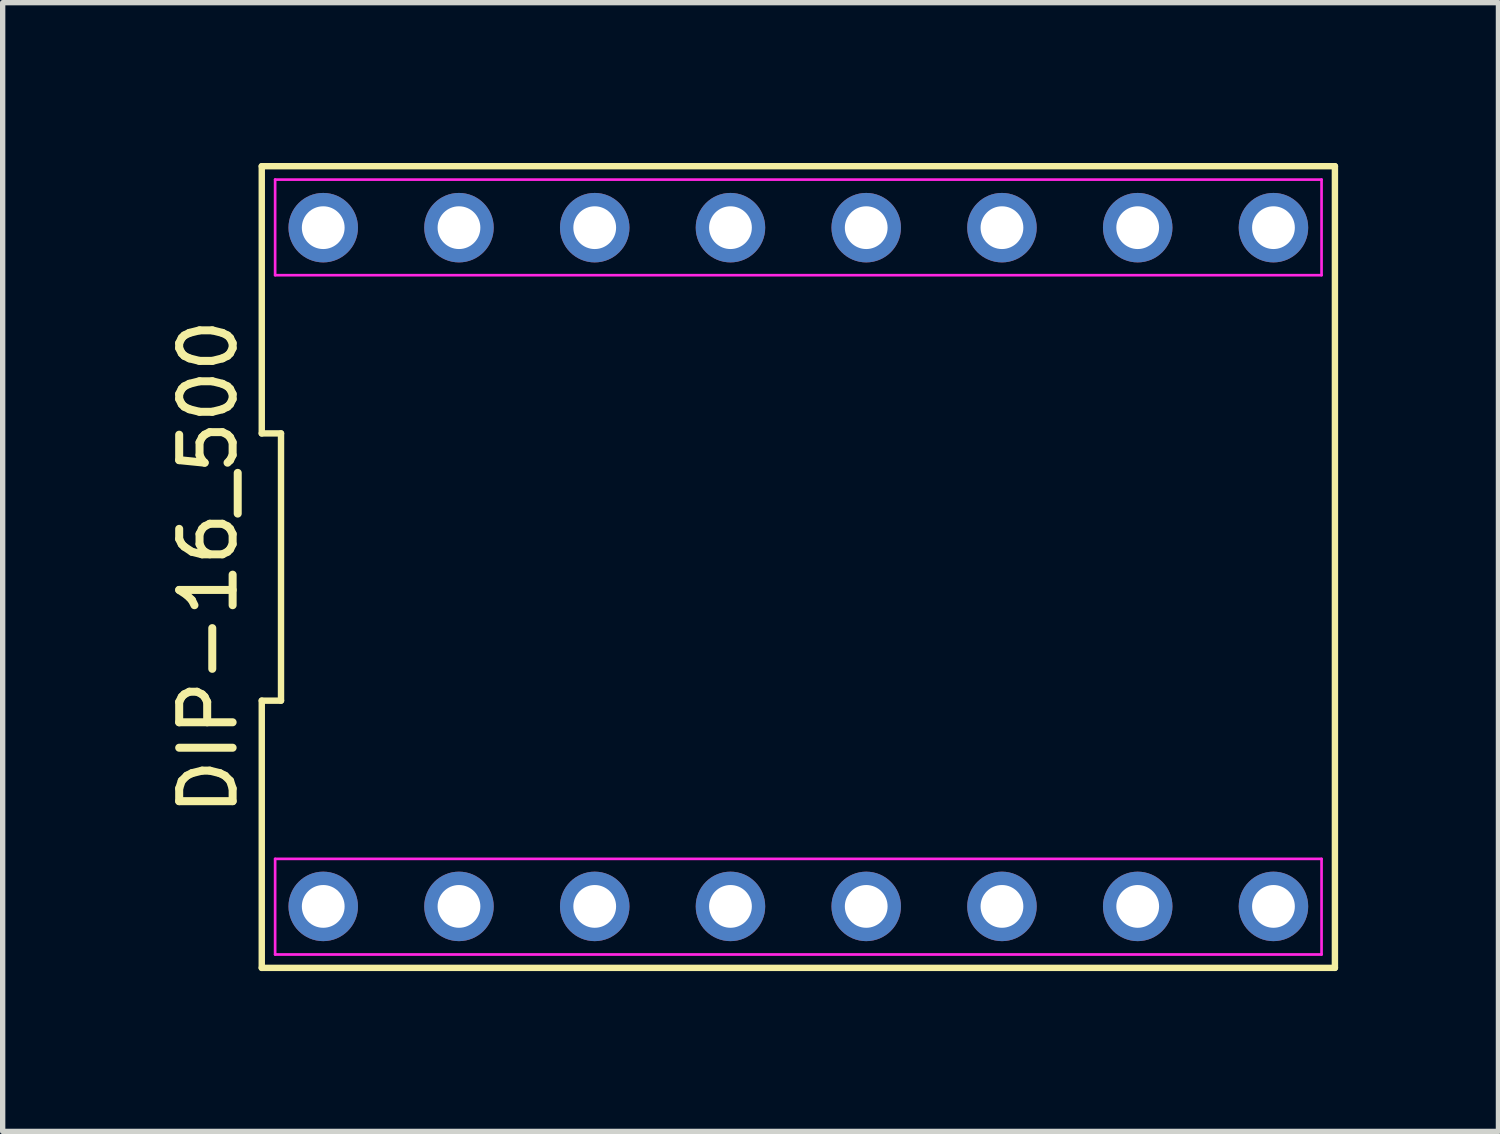
<source format=kicad_pcb>
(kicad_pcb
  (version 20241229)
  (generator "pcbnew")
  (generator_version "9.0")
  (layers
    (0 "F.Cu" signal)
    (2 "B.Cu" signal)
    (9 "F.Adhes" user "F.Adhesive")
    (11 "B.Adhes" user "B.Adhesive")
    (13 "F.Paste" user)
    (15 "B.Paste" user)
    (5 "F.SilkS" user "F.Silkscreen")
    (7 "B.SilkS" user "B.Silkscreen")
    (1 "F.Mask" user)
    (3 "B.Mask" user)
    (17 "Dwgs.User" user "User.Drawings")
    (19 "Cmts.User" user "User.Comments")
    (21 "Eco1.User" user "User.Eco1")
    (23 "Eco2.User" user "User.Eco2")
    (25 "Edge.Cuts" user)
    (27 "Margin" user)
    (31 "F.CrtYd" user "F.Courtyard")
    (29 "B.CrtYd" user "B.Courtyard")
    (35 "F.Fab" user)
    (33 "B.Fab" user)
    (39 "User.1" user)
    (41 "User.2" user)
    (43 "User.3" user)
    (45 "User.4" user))
  (footprint "DIP-16_500"
    (layer "F.Cu")
    (at 11.888 7.56)
    (property "Reference" "DIP-16_500" (at -11.04 0 90) (layer "F.SilkS") (effects (font (size 1 1) (thickness 0.15))))
    (fp_line (start -10.04 -7.5) (end -10.04 -2.5) (stroke (width 0.12) (type solid)) (layer "F.SilkS"))
    (fp_line (start -10.04 -2.5) (end -9.68 -2.5) (stroke (width 0.12) (type solid)) (layer "F.SilkS"))
    (fp_line (start -10.04 2.5) (end -10.04 7.5) (stroke (width 0.12) (type solid)) (layer "F.SilkS"))
    (fp_line (start -10.04 7.5) (end 10.04 7.5) (stroke (width 0.12) (type solid)) (layer "F.SilkS"))
    (fp_line (start -9.68 -2.5) (end -9.68 2.5) (stroke (width 0.12) (type solid)) (layer "F.SilkS"))
    (fp_line (start -9.68 2.5) (end -10.04 2.5) (stroke (width 0.12) (type solid)) (layer "F.SilkS"))
    (fp_line (start 10.04 -7.5) (end -10.04 -7.5) (stroke (width 0.12) (type solid)) (layer "F.SilkS"))
    (fp_line (start 10.04 7.5) (end 10.04 -7.5) (stroke (width 0.12) (type solid)) (layer "F.SilkS"))
    (fp_line (start -9.79 -7.25) (end 9.79 -7.25) (stroke (width 0.05) (type solid)) (layer "F.CrtYd"))
    (fp_line (start -9.79 -5.461) (end -9.79 -7.25) (stroke (width 0.05) (type solid)) (layer "F.CrtYd"))
    (fp_line (start -9.79 5.461) (end 9.79 5.461) (stroke (width 0.05) (type solid)) (layer "F.CrtYd"))
    (fp_line (start -9.79 7.25) (end -9.79 5.461) (stroke (width 0.05) (type solid)) (layer "F.CrtYd"))
    (fp_line (start 9.79 -7.25) (end 9.79 -5.461) (stroke (width 0.05) (type solid)) (layer "F.CrtYd"))
    (fp_line (start 9.79 -5.461) (end -9.79 -5.461) (stroke (width 0.05) (type solid)) (layer "F.CrtYd"))
    (fp_line (start 9.79 5.461) (end 9.79 7.25) (stroke (width 0.05) (type solid)) (layer "F.CrtYd"))
    (fp_line (start 9.79 7.25) (end -9.79 7.25) (stroke (width 0.05) (type solid)) (layer "F.CrtYd"))
    (pad "1" thru_hole circle (at -8.89 6.35) (size 1.3 1.3) (drill 0.8) (layers "*.Cu" "*.Mask"))
    (pad "2" thru_hole circle (at -6.35 6.35) (size 1.3 1.3) (drill 0.8) (layers "*.Cu" "*.Mask"))
    (pad "3" thru_hole circle (at -3.81 6.35) (size 1.3 1.3) (drill 0.8) (layers "*.Cu" "*.Mask"))
    (pad "4" thru_hole circle (at -1.27 6.35) (size 1.3 1.3) (drill 0.8) (layers "*.Cu" "*.Mask"))
    (pad "5" thru_hole circle (at 1.27 6.35) (size 1.3 1.3) (drill 0.8) (layers "*.Cu" "*.Mask"))
    (pad "6" thru_hole circle (at 3.81 6.35) (size 1.3 1.3) (drill 0.8) (layers "*.Cu" "*.Mask"))
    (pad "7" thru_hole circle (at 6.35 6.35) (size 1.3 1.3) (drill 0.8) (layers "*.Cu" "*.Mask"))
    (pad "8" thru_hole circle (at 8.89 6.35) (size 1.3 1.3) (drill 0.8) (layers "*.Cu" "*.Mask"))
    (pad "9" thru_hole circle (at 8.89 -6.35) (size 1.3 1.3) (drill 0.8) (layers "*.Cu" "*.Mask"))
    (pad "10" thru_hole circle (at 6.35 -6.35) (size 1.3 1.3) (drill 0.8) (layers "*.Cu" "*.Mask"))
    (pad "11" thru_hole circle (at 3.81 -6.35) (size 1.3 1.3) (drill 0.8) (layers "*.Cu" "*.Mask"))
    (pad "12" thru_hole circle (at 1.27 -6.35) (size 1.3 1.3) (drill 0.8) (layers "*.Cu" "*.Mask"))
    (pad "13" thru_hole circle (at -1.27 -6.35) (size 1.3 1.3) (drill 0.8) (layers "*.Cu" "*.Mask"))
    (pad "14" thru_hole circle (at -3.81 -6.35) (size 1.3 1.3) (drill 0.8) (layers "*.Cu" "*.Mask"))
    (pad "15" thru_hole circle (at -6.35 -6.35) (size 1.3 1.3) (drill 0.8) (layers "*.Cu" "*.Mask"))
    (pad "16" thru_hole circle (at -8.89 -6.35) (size 1.3 1.3) (drill 0.8) (layers "*.Cu" "*.Mask")))
  (gr_rect
    (start -3 -3)
    (end 24.988 18.12)
    (stroke (width 0.1) (type default))
    (fill no)
    (layer "Edge.Cuts")))
</source>
